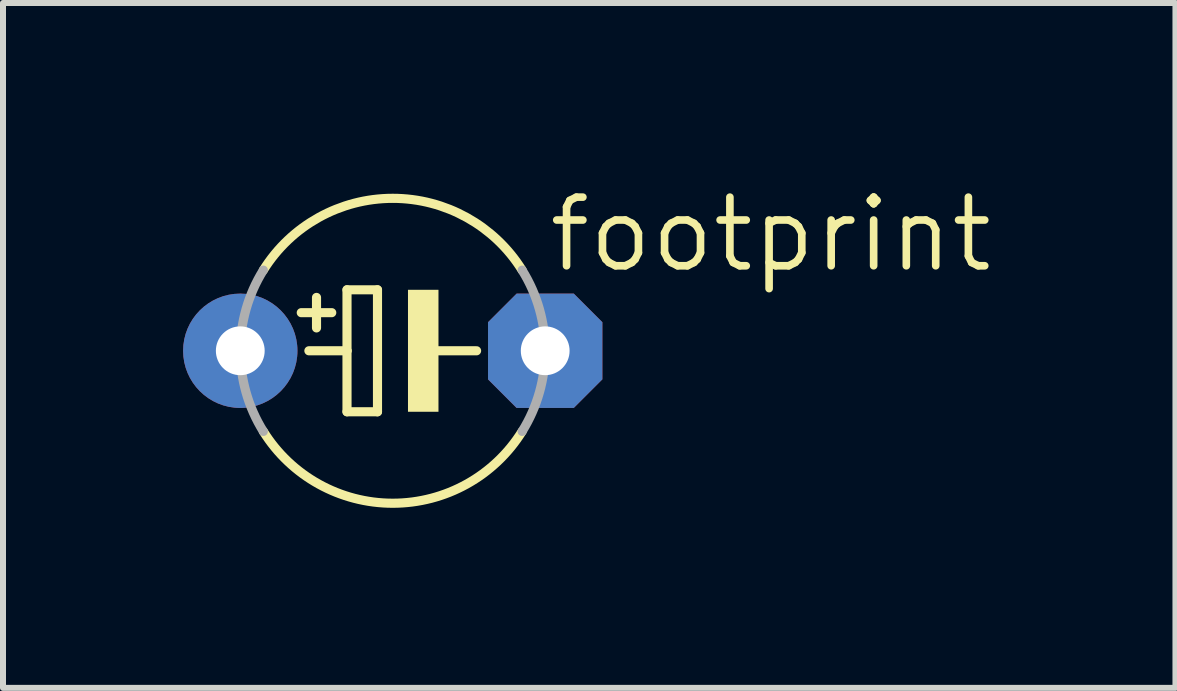
<source format=kicad_pcb>
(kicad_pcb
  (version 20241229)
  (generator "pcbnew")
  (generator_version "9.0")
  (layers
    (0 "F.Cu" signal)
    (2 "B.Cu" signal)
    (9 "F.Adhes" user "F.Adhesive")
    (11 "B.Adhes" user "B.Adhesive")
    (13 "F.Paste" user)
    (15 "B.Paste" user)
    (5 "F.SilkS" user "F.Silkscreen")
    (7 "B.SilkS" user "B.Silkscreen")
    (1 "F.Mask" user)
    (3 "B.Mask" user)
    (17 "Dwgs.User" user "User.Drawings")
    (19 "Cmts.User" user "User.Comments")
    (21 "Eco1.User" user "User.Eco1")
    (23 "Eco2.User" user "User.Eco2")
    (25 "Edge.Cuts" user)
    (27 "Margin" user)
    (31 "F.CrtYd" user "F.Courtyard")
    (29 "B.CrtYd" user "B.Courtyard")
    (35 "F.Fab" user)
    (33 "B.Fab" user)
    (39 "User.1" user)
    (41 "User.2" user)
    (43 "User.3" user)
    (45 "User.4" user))
  (footprint "footprint"
    (layer "F.Cu")
    (at 3.493 2.794)
    (property "Reference" "footprint" (at 2.54 -1.27 0) (layer "F.SilkS") (effects (font (size 1.143 1.143) (thickness 0.127)) (justify left bottom)))
    (fp_line (start -1.524 -0.635) (end -1.016 -0.635) (stroke (width 0.152) (type solid)) (layer "F.SilkS"))
    (fp_line (start -1.397 0) (end -0.762 0) (stroke (width 0.152) (type solid)) (layer "F.SilkS"))
    (fp_line (start -1.27 -0.381) (end -1.27 -0.889) (stroke (width 0.152) (type solid)) (layer "F.SilkS"))
    (fp_line (start -0.762 -1.016) (end -0.762 0) (stroke (width 0.152) (type solid)) (layer "F.SilkS"))
    (fp_line (start -0.762 0) (end -0.762 1.016) (stroke (width 0.152) (type solid)) (layer "F.SilkS"))
    (fp_line (start -0.762 1.016) (end -0.254 1.016) (stroke (width 0.152) (type solid)) (layer "F.SilkS"))
    (fp_line (start -0.254 -1.016) (end -0.762 -1.016) (stroke (width 0.152) (type solid)) (layer "F.SilkS"))
    (fp_line (start -0.254 1.016) (end -0.254 -1.016) (stroke (width 0.152) (type solid)) (layer "F.SilkS"))
    (fp_line (start 0.635 0) (end 1.397 0) (stroke (width 0.152) (type solid)) (layer "F.SilkS"))
    (fp_arc (start -2.1557 -1.3432) (mid 0 -2.539927) (end 2.1557 -1.3432) (stroke (width 0.1524) (type solid)) (layer "F.SilkS"))
    (fp_arc (start 2.1557 1.3432) (mid 0 2.539927) (end -2.1557 1.3432) (stroke (width 0.1524) (type solid)) (layer "F.SilkS"))
    (fp_poly (pts (xy 0.254 1.016) (xy 0.762 1.016) (xy 0.762 -1.016) (xy 0.254 -1.016)) (stroke (width 0) (type solid)) (fill yes) (layer "F.SilkS"))
    (fp_arc (start -2.1557 1.3432) (mid -2.539927 0) (end -2.1557 -1.3432) (stroke (width 0.1524) (type solid)) (layer "F.Fab"))
    (fp_arc (start 2.1557 -1.3432) (mid 2.539927 0) (end 2.1557 1.3432) (stroke (width 0.1524) (type solid)) (layer "F.Fab"))
    (pad "+" thru_hole circle (at -2.54 0) (size 1.905 1.905) (drill 0.813) (layers "*.Cu" "*.Mask"))
    (pad "-" thru_hole roundrect (at 2.54 0) (size 1.905 1.905) (drill 0.813) (layers "*.Cu" "*.Mask") (roundrect_rratio 0.25) (chamfer_ratio 0.25) (chamfer top_left top_right bottom_left bottom_right)))
  (gr_rect
    (start -3 -3)
    (end 16.533 8.41)
    (stroke (width 0.1) (type default))
    (fill no)
    (layer "Edge.Cuts")))
</source>
